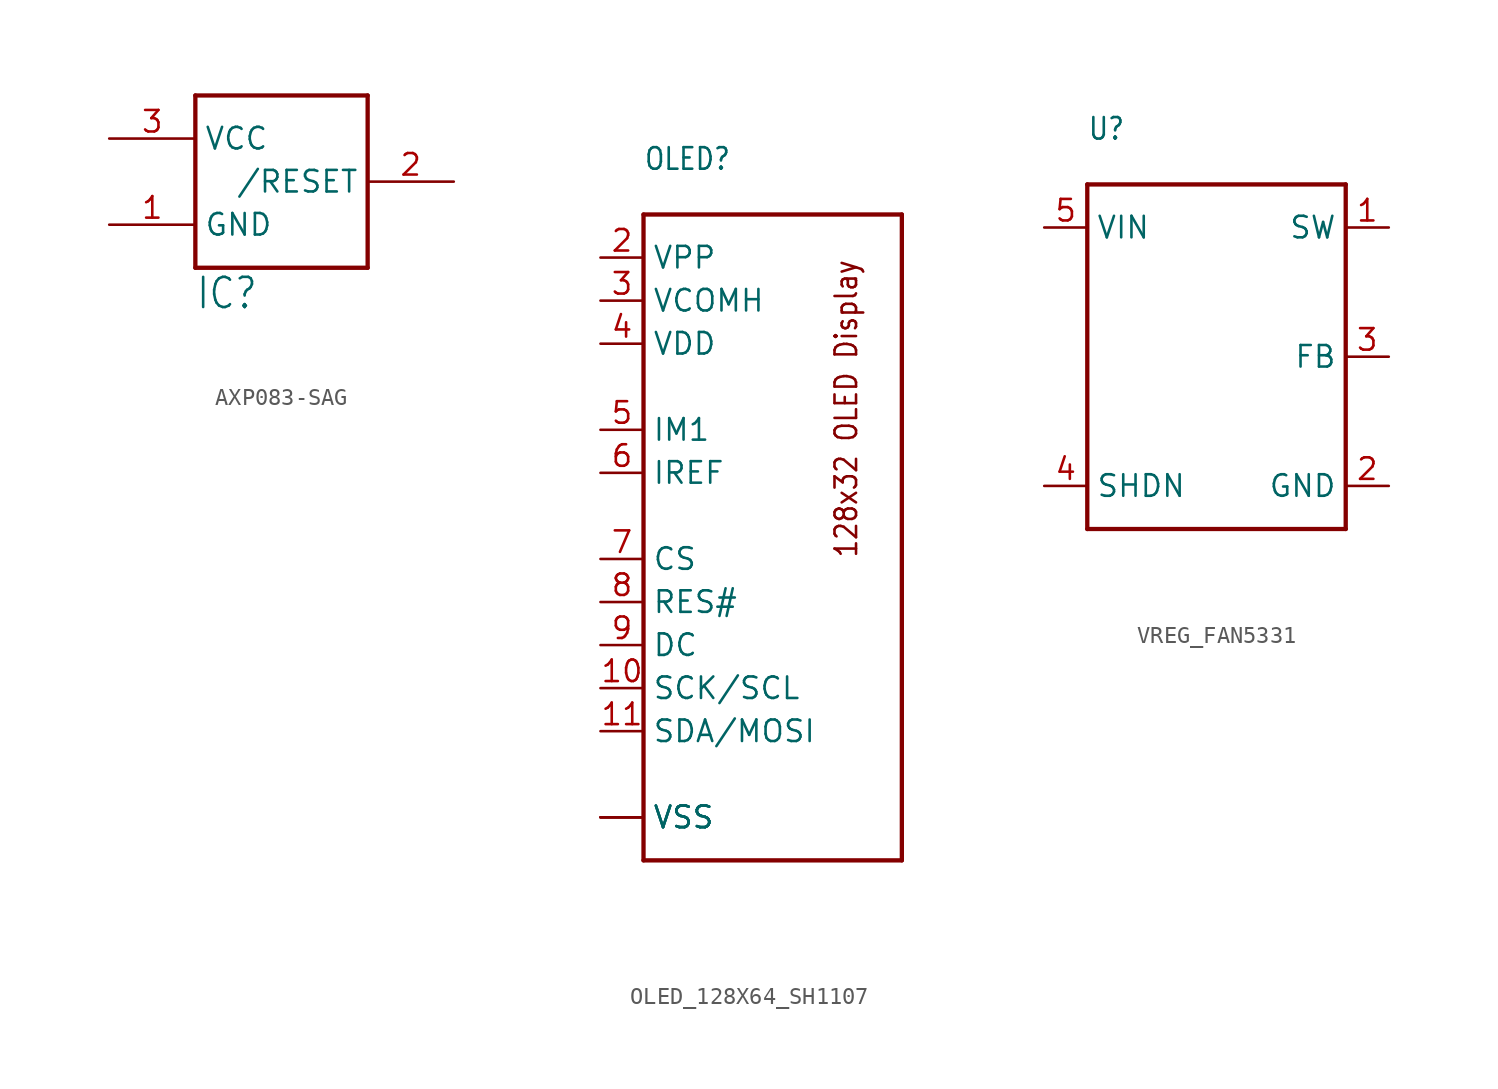
<source format=kicad_sym>
(kicad_symbol_lib
  (version 20220914)
  (generator kicad_symbol_editor)
  (symbol "AXP083-SAG"
    (property "Reference" "IC"
      (at -5.08 -7.62 0)
      (effects (font (size 1.778 1.511)) (justify left bottom)))
    (property "Value" ""
      (at -5.08 -10.16 0)
      (effects (font (size 1.778 1.511)) (justify left bottom)))
    (property "ki_locked" ""
      (at 0 0 0)
      (effects (font (size 1.27 1.27))))
    (symbol "AXP083-SAG_1_0"
      (polyline (pts (xy -5.08 -5.08) (xy -5.08 5.08)) (stroke (width 0.254) (type solid)) (fill (type none)))
      (polyline (pts (xy -5.08 5.08) (xy 5.08 5.08)) (stroke (width 0.254) (type solid)) (fill (type none)))
      (polyline (pts (xy 5.08 -5.08) (xy -5.08 -5.08)) (stroke (width 0.254) (type solid)) (fill (type none)))
      (polyline (pts (xy 5.08 5.08) (xy 5.08 -5.08)) (stroke (width 0.254) (type solid)) (fill (type none)))
      (pin power_in line (at -10.16 -2.54 0) (length 5.08) (name "GND" (effects (font (size 1.27 1.27)))) (number "1" (effects (font (size 1.27 1.27)))))
      (pin output line (at 10.16 0 180) (length 5.08) (name "/RESET" (effects (font (size 1.27 1.27)))) (number "2" (effects (font (size 1.27 1.27)))))
      (pin power_in line (at -10.16 2.54 0) (length 5.08) (name "VCC" (effects (font (size 1.27 1.27)))) (number "3" (effects (font (size 1.27 1.27)))))))
  (symbol "OLED_128X64_SH1107"
    (property "Reference" "OLED"
      (at -7.62 22.86 0)
      (effects (font (size 1.27 1.079)) (justify left bottom)))
    (property "Value" ""
      (at -7.62 -20.32 0)
      (effects (font (size 1.27 1.079)) (justify left bottom)))
    (property "ki_locked" ""
      (at 0 0 0)
      (effects (font (size 1.27 1.27))))
    (symbol "OLED_128X64_SH1107_1_0"
      (polyline (pts (xy -7.62 -17.78) (xy 7.62 -17.78)) (stroke (width 0.254) (type solid)) (fill (type none)))
      (polyline (pts (xy -7.62 20.32) (xy -7.62 -17.78)) (stroke (width 0.254) (type solid)) (fill (type none)))
      (polyline (pts (xy 7.62 -17.78) (xy 7.62 20.32)) (stroke (width 0.254) (type solid)) (fill (type none)))
      (polyline (pts (xy 7.62 20.32) (xy -7.62 20.32)) (stroke (width 0.254) (type solid)) (fill (type none)))
      (text "128x32 OLED Display" (at 5.08 0 900) (effects (font (size 1.27 1.079)) (justify left bottom)))
      (pin power_in line (at -10.16 -15.24 0) (length 2.54) (name "VSS" (effects (font (size 1.27 1.27)))) (number "1" (effects (font (size 0 0)))))
      (pin input line (at -10.16 -7.62 0) (length 2.54) (name "SCK/SCL" (effects (font (size 1.27 1.27)))) (number "10" (effects (font (size 1.27 1.27)))))
      (pin input line (at -10.16 -10.16 0) (length 2.54) (name "SDA/MOSI" (effects (font (size 1.27 1.27)))) (number "11" (effects (font (size 1.27 1.27)))))
      (pin power_in line (at -10.16 -15.24 0) (length 2.54) (name "VSS" (effects (font (size 1.27 1.27)))) (number "12" (effects (font (size 0 0)))))
      (pin power_in line (at -10.16 -15.24 0) (length 2.54) (name "VSS" (effects (font (size 1.27 1.27)))) (number "13" (effects (font (size 0 0)))))
      (pin power_in line (at -10.16 17.78 0) (length 2.54) (name "VPP" (effects (font (size 1.27 1.27)))) (number "2" (effects (font (size 1.27 1.27)))))
      (pin power_in line (at -10.16 15.24 0) (length 2.54) (name "VCOMH" (effects (font (size 1.27 1.27)))) (number "3" (effects (font (size 1.27 1.27)))))
      (pin power_in line (at -10.16 12.7 0) (length 2.54) (name "VDD" (effects (font (size 1.27 1.27)))) (number "4" (effects (font (size 1.27 1.27)))))
      (pin input line (at -10.16 7.62 0) (length 2.54) (name "IM1" (effects (font (size 1.27 1.27)))) (number "5" (effects (font (size 1.27 1.27)))))
      (pin bidirectional line (at -10.16 5.08 0) (length 2.54) (name "IREF" (effects (font (size 1.27 1.27)))) (number "6" (effects (font (size 1.27 1.27)))))
      (pin input line (at -10.16 0 0) (length 2.54) (name "CS" (effects (font (size 1.27 1.27)))) (number "7" (effects (font (size 1.27 1.27)))))
      (pin input line (at -10.16 -2.54 0) (length 2.54) (name "RES#" (effects (font (size 1.27 1.27)))) (number "8" (effects (font (size 1.27 1.27)))))
      (pin input line (at -10.16 -5.08 0) (length 2.54) (name "DC" (effects (font (size 1.27 1.27)))) (number "9" (effects (font (size 1.27 1.27)))))))
  (symbol "VREG_FAN5331"
    (property "Reference" "U"
      (at -7.62 12.7 0)
      (effects (font (size 1.27 1.079)) (justify left bottom)))
    (property "Value" ""
      (at -7.62 -12.7 0)
      (effects (font (size 1.27 1.079)) (justify left bottom)))
    (property "ki_locked" ""
      (at 0 0 0)
      (effects (font (size 1.27 1.27))))
    (symbol "VREG_FAN5331_1_0"
      (polyline (pts (xy -7.62 -10.16) (xy -7.62 10.16)) (stroke (width 0.254) (type solid)) (fill (type none)))
      (polyline (pts (xy -7.62 10.16) (xy 7.62 10.16)) (stroke (width 0.254) (type solid)) (fill (type none)))
      (polyline (pts (xy 7.62 -10.16) (xy -7.62 -10.16)) (stroke (width 0.254) (type solid)) (fill (type none)))
      (polyline (pts (xy 7.62 10.16) (xy 7.62 -10.16)) (stroke (width 0.254) (type solid)) (fill (type none)))
      (pin bidirectional line (at 10.16 7.62 180) (length 2.54) (name "SW" (effects (font (size 1.27 1.27)))) (number "1" (effects (font (size 1.27 1.27)))))
      (pin bidirectional line (at 10.16 -7.62 180) (length 2.54) (name "GND" (effects (font (size 1.27 1.27)))) (number "2" (effects (font (size 1.27 1.27)))))
      (pin bidirectional line (at 10.16 0 180) (length 2.54) (name "FB" (effects (font (size 1.27 1.27)))) (number "3" (effects (font (size 1.27 1.27)))))
      (pin bidirectional line (at -10.16 -7.62 0) (length 2.54) (name "SHDN" (effects (font (size 1.27 1.27)))) (number "4" (effects (font (size 1.27 1.27)))))
      (pin bidirectional line (at -10.16 7.62 0) (length 2.54) (name "VIN" (effects (font (size 1.27 1.27)))) (number "5" (effects (font (size 1.27 1.27))))))))
</source>
